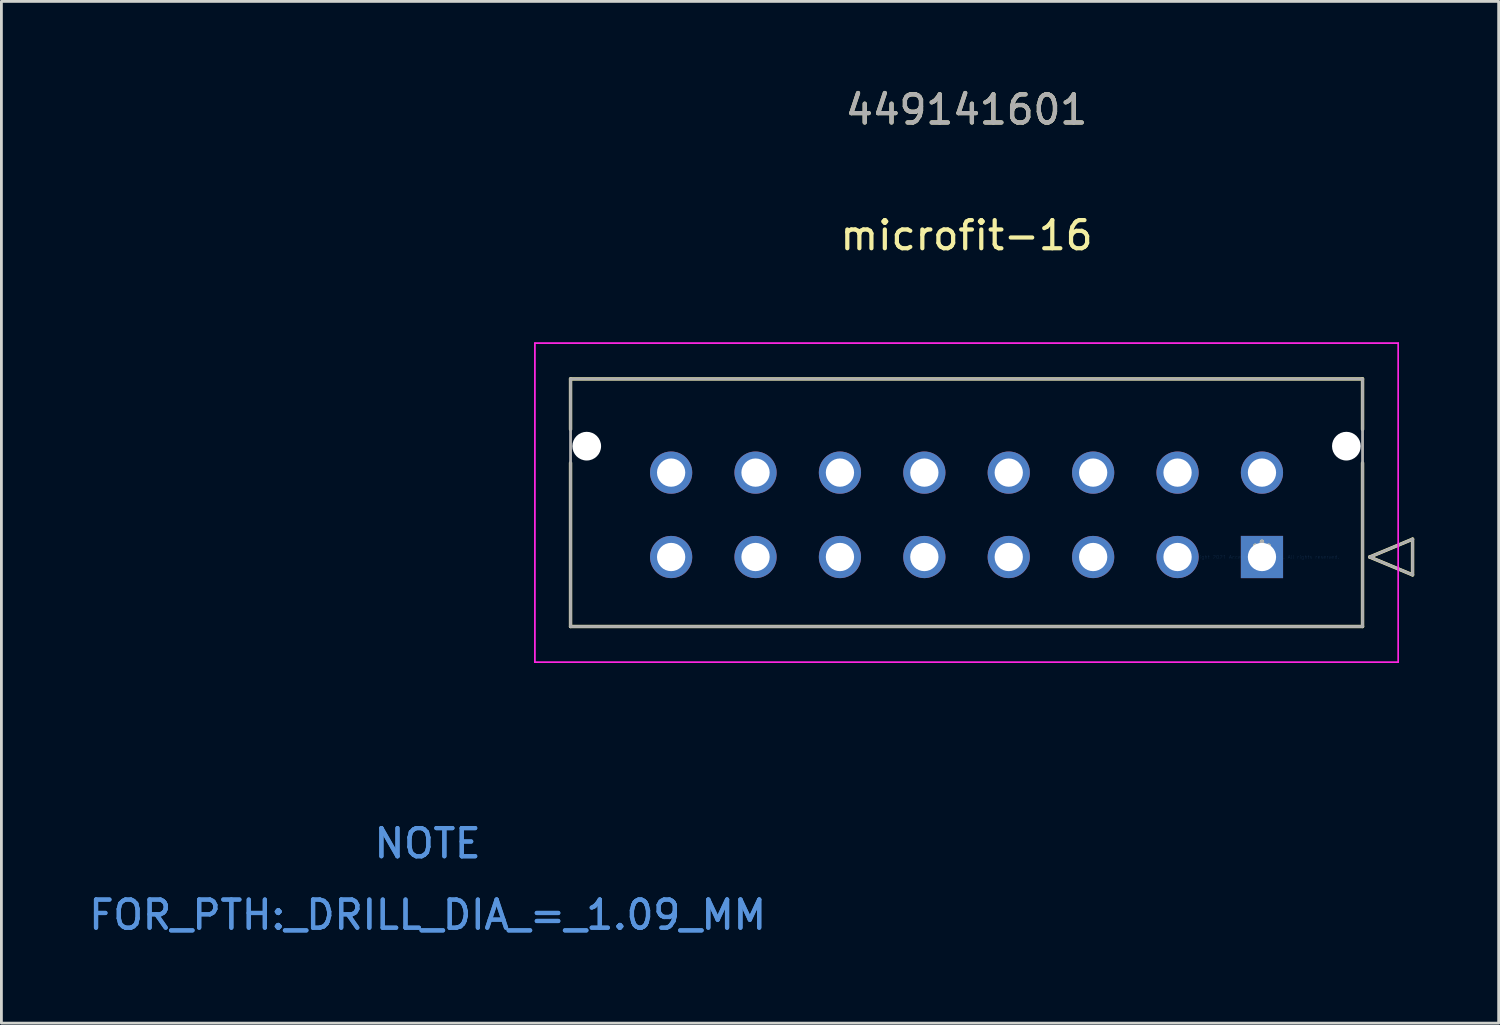
<source format=kicad_pcb>
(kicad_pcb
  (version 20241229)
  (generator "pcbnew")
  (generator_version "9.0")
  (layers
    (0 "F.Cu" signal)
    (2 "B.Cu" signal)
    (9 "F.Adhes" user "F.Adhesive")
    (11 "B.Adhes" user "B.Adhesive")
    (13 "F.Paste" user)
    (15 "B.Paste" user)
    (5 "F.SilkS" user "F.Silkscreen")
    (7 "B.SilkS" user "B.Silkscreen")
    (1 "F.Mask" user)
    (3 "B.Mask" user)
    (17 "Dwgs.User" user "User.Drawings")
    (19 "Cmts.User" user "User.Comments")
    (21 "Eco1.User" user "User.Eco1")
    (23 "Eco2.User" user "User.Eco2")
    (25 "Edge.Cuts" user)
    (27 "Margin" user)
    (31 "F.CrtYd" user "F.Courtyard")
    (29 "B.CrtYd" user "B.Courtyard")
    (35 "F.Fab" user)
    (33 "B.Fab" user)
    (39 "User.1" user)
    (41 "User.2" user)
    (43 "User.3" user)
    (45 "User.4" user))
  (footprint "microfit-16"
    (layer "F.Cu")
    (at 41.804 16.748)
    (property "Reference" "microfit-16" (at -10.5 -11.43 0) (layer "F.SilkS") (effects (font (size 1 1) (thickness 0.15))))
    (attr through_hole)
    (fp_line (start -24.575 -6.33) (end -24.575 -4.535) (stroke (width 0.12) (type solid)) (layer "F.SilkS"))
    (fp_line (start -24.575 -3.345) (end -24.575 2.47) (stroke (width 0.12) (type solid)) (layer "F.SilkS"))
    (fp_line (start -24.575 2.47) (end 3.575 2.47) (stroke (width 0.12) (type solid)) (layer "F.SilkS"))
    (fp_line (start 3.575 -6.33) (end -24.575 -6.33) (stroke (width 0.12) (type solid)) (layer "F.SilkS"))
    (fp_line (start 3.575 -4.535) (end 3.575 -6.33) (stroke (width 0.12) (type solid)) (layer "F.SilkS"))
    (fp_line (start 3.575 2.47) (end 3.575 -3.345) (stroke (width 0.12) (type solid)) (layer "F.SilkS"))
    (fp_line (start 3.829 0) (end 5.353 -0.635) (stroke (width 0.12) (type solid)) (layer "F.SilkS"))
    (fp_line (start 5.353 -0.635) (end 5.353 0.635) (stroke (width 0.12) (type solid)) (layer "F.SilkS"))
    (fp_line (start 5.353 0.635) (end 3.829 0) (stroke (width 0.12) (type solid)) (layer "F.SilkS"))
    (fp_line (start -25.845 -7.6) (end -25.845 3.74) (stroke (width 0.05) (type solid)) (layer "F.CrtYd"))
    (fp_line (start -25.845 -7.6) (end -25.845 3.74) (stroke (width 0.05) (type solid)) (layer "F.CrtYd"))
    (fp_line (start -25.845 3.74) (end 4.845 3.74) (stroke (width 0.05) (type solid)) (layer "F.CrtYd"))
    (fp_line (start -25.845 3.74) (end 4.845 3.74) (stroke (width 0.05) (type solid)) (layer "F.CrtYd"))
    (fp_line (start 4.845 -7.6) (end -25.845 -7.6) (stroke (width 0.05) (type solid)) (layer "F.CrtYd"))
    (fp_line (start 4.845 -7.6) (end -25.845 -7.6) (stroke (width 0.05) (type solid)) (layer "F.CrtYd"))
    (fp_line (start 4.845 3.74) (end 4.845 -7.6) (stroke (width 0.05) (type solid)) (layer "F.CrtYd"))
    (fp_line (start 4.845 3.74) (end 4.845 -7.6) (stroke (width 0.05) (type solid)) (layer "F.CrtYd"))
    (fp_line (start -24.575 -6.33) (end -24.575 2.47) (stroke (width 0.1) (type solid)) (layer "F.Fab"))
    (fp_line (start -24.575 2.47) (end 3.575 2.47) (stroke (width 0.1) (type solid)) (layer "F.Fab"))
    (fp_line (start 3.575 -6.33) (end -24.575 -6.33) (stroke (width 0.1) (type solid)) (layer "F.Fab"))
    (fp_line (start 3.575 2.47) (end 3.575 -6.33) (stroke (width 0.1) (type solid)) (layer "F.Fab"))
    (fp_line (start 3.829 0) (end 5.353 -0.635) (stroke (width 0.1) (type solid)) (layer "F.Fab"))
    (fp_line (start 5.353 -0.635) (end 5.353 0.635) (stroke (width 0.1) (type solid)) (layer "F.Fab"))
    (fp_line (start 5.353 0.635) (end 3.829 0) (stroke (width 0.1) (type solid)) (layer "F.Fab"))
    (fp_text user "*" (at 0 0 0) (layer "F.SilkS") (effects (font (size 1 1) (thickness 0.15))))
    (fp_text user "449141601" (at -10.5 -15.9 0) (layer "F.SilkS") (effects (font (size 1 1) (thickness 0.15))))
    (fp_text user "FOR_PTH:_DRILL_DIA_=_1.09_MM" (at -29.655 12.72 0) (layer "Cmts.User") (effects (font (size 1 1) (thickness 0.15))))
    (fp_text user "FOR_PTH:_DRILL_DIA_=_1.09_MM" (at -29.655 12.72 0) (layer "Cmts.User") (effects (font (size 1 1) (thickness 0.15))))
    (fp_text user "Copyright 2021 Accelerated Designs. All rights reserved." (at 0 0 0) (layer "Cmts.User") (effects (font (size 0.127 0.127) (thickness 0.002))))
    (fp_text user "NOTE" (at -29.655 10.18 0) (layer "Cmts.User") (effects (font (size 1 1) (thickness 0.15))))
    (fp_text user "NOTE" (at -29.655 10.18 0) (layer "Cmts.User") (effects (font (size 1 1) (thickness 0.15))))
    (fp_text user "*" (at 0 0 0) (layer "F.Fab") (effects (font (size 1 1) (thickness 0.15))))
    (fp_text user "449141601" (at -10.5 -15.9 0) (layer "F.Fab") (effects (font (size 1 1) (thickness 0.15))))
    (pad "" np_thru_hole circle (at -24 -3.94) (size 1.02 1.02) (drill 1.02) (layers "*.Cu" "*.Mask"))
    (pad "" np_thru_hole circle (at 3 -3.94) (size 1.02 1.02) (drill 1.02) (layers "*.Cu" "*.Mask"))
    (pad "1" thru_hole rect (at 0 0) (size 1.5 1.5) (drill 1.005) (layers "*.Cu" "*.Mask"))
    (pad "2" thru_hole circle (at -3 0) (size 1.5 1.5) (drill 1.005) (layers "*.Cu" "*.Mask"))
    (pad "3" thru_hole circle (at -6 0) (size 1.5 1.5) (drill 1.005) (layers "*.Cu" "*.Mask"))
    (pad "4" thru_hole circle (at -9 0) (size 1.5 1.5) (drill 1.005) (layers "*.Cu" "*.Mask"))
    (pad "5" thru_hole circle (at -12 0) (size 1.5 1.5) (drill 1.005) (layers "*.Cu" "*.Mask"))
    (pad "6" thru_hole circle (at -15 0) (size 1.5 1.5) (drill 1.005) (layers "*.Cu" "*.Mask"))
    (pad "7" thru_hole circle (at -18 0) (size 1.5 1.5) (drill 1.005) (layers "*.Cu" "*.Mask"))
    (pad "8" thru_hole circle (at -21 0) (size 1.5 1.5) (drill 1.005) (layers "*.Cu" "*.Mask"))
    (pad "9" thru_hole circle (at 0 -3) (size 1.5 1.5) (drill 1.005) (layers "*.Cu" "*.Mask"))
    (pad "10" thru_hole circle (at -3 -3) (size 1.5 1.5) (drill 1.005) (layers "*.Cu" "*.Mask"))
    (pad "11" thru_hole circle (at -6 -3) (size 1.5 1.5) (drill 1.005) (layers "*.Cu" "*.Mask"))
    (pad "12" thru_hole circle (at -9 -3) (size 1.5 1.5) (drill 1.005) (layers "*.Cu" "*.Mask"))
    (pad "13" thru_hole circle (at -12 -3) (size 1.5 1.5) (drill 1.005) (layers "*.Cu" "*.Mask"))
    (pad "14" thru_hole circle (at -15 -3) (size 1.5 1.5) (drill 1.005) (layers "*.Cu" "*.Mask"))
    (pad "15" thru_hole circle (at -18 -3) (size 1.5 1.5) (drill 1.005) (layers "*.Cu" "*.Mask"))
    (pad "16" thru_hole circle (at -21 -3) (size 1.5 1.5) (drill 1.005) (layers "*.Cu" "*.Mask")))
  (gr_rect
    (start -3 -3)
    (end 50.217 33.316)
    (stroke (width 0.1) (type default))
    (fill no)
    (layer "Edge.Cuts")))
</source>
